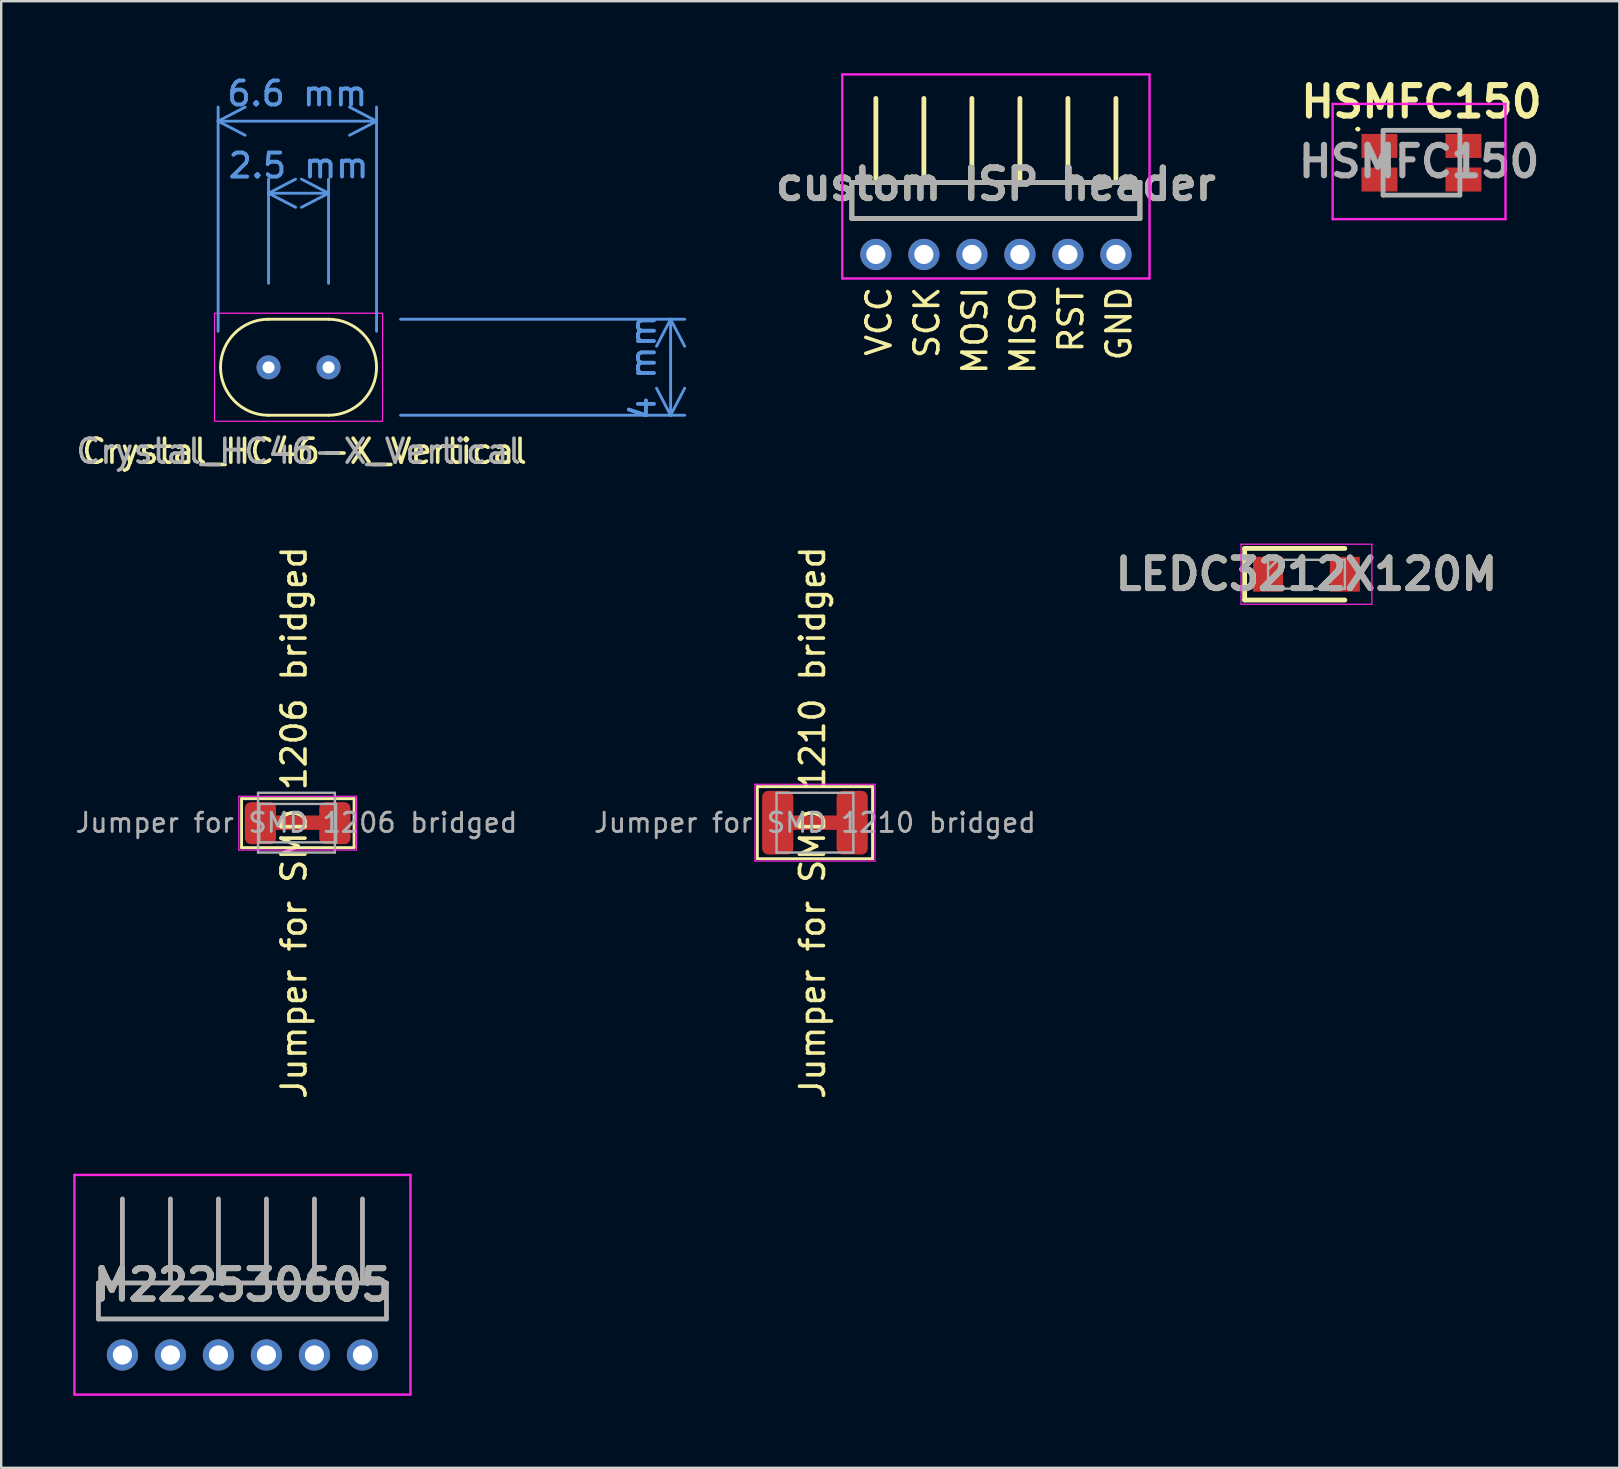
<source format=kicad_pcb>
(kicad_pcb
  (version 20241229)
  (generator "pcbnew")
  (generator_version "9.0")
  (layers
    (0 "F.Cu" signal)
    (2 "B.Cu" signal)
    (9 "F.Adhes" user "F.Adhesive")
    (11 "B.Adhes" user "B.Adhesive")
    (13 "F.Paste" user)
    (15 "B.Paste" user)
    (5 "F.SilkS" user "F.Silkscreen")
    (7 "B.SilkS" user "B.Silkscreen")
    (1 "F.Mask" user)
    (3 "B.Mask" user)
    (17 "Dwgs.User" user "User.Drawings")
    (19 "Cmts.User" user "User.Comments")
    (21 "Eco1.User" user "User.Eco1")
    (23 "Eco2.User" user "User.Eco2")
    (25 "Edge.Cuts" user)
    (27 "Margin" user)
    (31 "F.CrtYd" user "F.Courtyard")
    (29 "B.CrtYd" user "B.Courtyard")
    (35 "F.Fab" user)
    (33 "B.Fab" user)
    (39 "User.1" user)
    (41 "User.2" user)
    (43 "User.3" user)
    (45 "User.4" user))
  (footprint "M222530605"
    (layer "F.Cu")
    (at 2.05 53.397)
    (property "Reference" "M222530605" (at 5 -2.925 0) (layer "F.SilkS") (effects (font (size 1.27 1.27) (thickness 0.254))))
    (attr through_hole)
    (fp_line (start -1 -3) (end 11 -3) (stroke (width 0.1) (type solid)) (layer "F.SilkS"))
    (fp_line (start -1 -1.5) (end -1 -3) (stroke (width 0.1) (type solid)) (layer "F.SilkS"))
    (fp_line (start 11 -3) (end 11 -1.5) (stroke (width 0.1) (type solid)) (layer "F.SilkS"))
    (fp_line (start 11 -1.5) (end -1 -1.5) (stroke (width 0.1) (type solid)) (layer "F.SilkS"))
    (fp_line (start -2 -7.5) (end 12 -7.5) (stroke (width 0.1) (type solid)) (layer "F.CrtYd"))
    (fp_line (start -2 1.65) (end -2 -7.5) (stroke (width 0.1) (type solid)) (layer "F.CrtYd"))
    (fp_line (start 12 -7.5) (end 12 1.65) (stroke (width 0.1) (type solid)) (layer "F.CrtYd"))
    (fp_line (start 12 1.65) (end -2 1.65) (stroke (width 0.1) (type solid)) (layer "F.CrtYd"))
    (fp_line (start -1 -3) (end 11 -3) (stroke (width 0.2) (type solid)) (layer "F.Fab"))
    (fp_line (start -1 -1.5) (end -1 -3) (stroke (width 0.2) (type solid)) (layer "F.Fab"))
    (fp_line (start 0 -3) (end 0 -6.5) (stroke (width 0.2) (type solid)) (layer "F.Fab"))
    (fp_line (start 2 -3) (end 2 -6.5) (stroke (width 0.2) (type solid)) (layer "F.Fab"))
    (fp_line (start 4 -3) (end 4 -6.5) (stroke (width 0.2) (type solid)) (layer "F.Fab"))
    (fp_line (start 6 -3) (end 6 -6.5) (stroke (width 0.2) (type solid)) (layer "F.Fab"))
    (fp_line (start 8 -3) (end 8 -6.5) (stroke (width 0.2) (type solid)) (layer "F.Fab"))
    (fp_line (start 10 -3) (end 10 -6.5) (stroke (width 0.2) (type solid)) (layer "F.Fab"))
    (fp_line (start 11 -3) (end 11 -1.5) (stroke (width 0.2) (type solid)) (layer "F.Fab"))
    (fp_line (start 11 -1.5) (end -1 -1.5) (stroke (width 0.2) (type solid)) (layer "F.Fab"))
    (fp_text user "${REFERENCE}" (at 5 -2.925 0) (layer "F.Fab") (effects (font (size 1.27 1.27) (thickness 0.254))))
    (pad "1" thru_hole circle (at 0 0) (size 1.3 1.3) (drill 0.8) (layers "*.Cu" "*.Mask"))
    (pad "2" thru_hole circle (at 2 0) (size 1.3 1.3) (drill 0.8) (layers "*.Cu" "*.Mask"))
    (pad "3" thru_hole circle (at 4 0) (size 1.3 1.3) (drill 0.8) (layers "*.Cu" "*.Mask"))
    (pad "4" thru_hole circle (at 6 0) (size 1.3 1.3) (drill 0.8) (layers "*.Cu" "*.Mask"))
    (pad "5" thru_hole circle (at 8 0) (size 1.3 1.3) (drill 0.8) (layers "*.Cu" "*.Mask"))
    (pad "6" thru_hole circle (at 10 0) (size 1.3 1.3) (drill 0.8) (layers "*.Cu" "*.Mask")))
  (footprint "LEDC3212X120M"
    (layer "F.Cu")
    (at 51.376 20.872)
    (property "Reference" "LEDC3212X120M" (at 0 0 0) (layer "F.SilkS") (effects (font (size 1.27 1.27) (thickness 0.254))))
    (attr smd)
    (fp_line (start -2.575 -1.075) (end -2.575 1.075) (stroke (width 0.2) (type solid)) (layer "F.SilkS"))
    (fp_line (start -2.575 1.075) (end 1.6 1.075) (stroke (width 0.2) (type solid)) (layer "F.SilkS"))
    (fp_line (start 1.6 -1.075) (end -2.575 -1.075) (stroke (width 0.2) (type solid)) (layer "F.SilkS"))
    (fp_line (start -2.725 -1.25) (end 2.725 -1.25) (stroke (width 0.05) (type solid)) (layer "F.CrtYd"))
    (fp_line (start -2.725 1.25) (end -2.725 -1.25) (stroke (width 0.05) (type solid)) (layer "F.CrtYd"))
    (fp_line (start 2.725 -1.25) (end 2.725 1.25) (stroke (width 0.05) (type solid)) (layer "F.CrtYd"))
    (fp_line (start 2.725 1.25) (end -2.725 1.25) (stroke (width 0.05) (type solid)) (layer "F.CrtYd"))
    (fp_line (start -1.6 -0.6) (end 1.6 -0.6) (stroke (width 0.1) (type solid)) (layer "F.Fab"))
    (fp_line (start -1.6 -0.2) (end -1.2 -0.6) (stroke (width 0.1) (type solid)) (layer "F.Fab"))
    (fp_line (start -1.6 0.6) (end -1.6 -0.6) (stroke (width 0.1) (type solid)) (layer "F.Fab"))
    (fp_line (start 1.6 -0.6) (end 1.6 0.6) (stroke (width 0.1) (type solid)) (layer "F.Fab"))
    (fp_line (start 1.6 0.6) (end -1.6 0.6) (stroke (width 0.1) (type solid)) (layer "F.Fab"))
    (fp_text user "${REFERENCE}" (at 0 0 0) (layer "F.Fab") (effects (font (size 1.27 1.27) (thickness 0.254))))
    (pad "1" smd rect (at -1.6 0) (size 1.25 1.45) (layers "F.Cu" "F.Mask" "F.Paste"))
    (pad "2" smd rect (at 1.6 0) (size 1.25 1.45) (layers "F.Cu" "F.Mask" "F.Paste")))
  (footprint "custom ISP header"
    (layer "F.Cu")
    (at 33.438 7.55)
    (property "Reference" "custom ISP header" (at 5 -2.925 180) (layer "F.SilkS") (effects (font (size 1.27 1.27) (thickness 0.254))))
    (attr through_hole)
    (fp_line (start -1 -3) (end 11 -3) (stroke (width 0.2) (type solid)) (layer "F.SilkS"))
    (fp_line (start -1 -1.5) (end -1 -3) (stroke (width 0.2) (type solid)) (layer "F.SilkS"))
    (fp_line (start 0 -3) (end 0 -6.5) (stroke (width 0.2) (type solid)) (layer "F.SilkS"))
    (fp_line (start 2 -3) (end 2 -6.5) (stroke (width 0.2) (type solid)) (layer "F.SilkS"))
    (fp_line (start 4 -3) (end 4 -6.5) (stroke (width 0.2) (type solid)) (layer "F.SilkS"))
    (fp_line (start 6 -3) (end 6 -6.5) (stroke (width 0.2) (type solid)) (layer "F.SilkS"))
    (fp_line (start 8 -3) (end 8 -6.5) (stroke (width 0.2) (type solid)) (layer "F.SilkS"))
    (fp_line (start 10 -3) (end 10 -6.5) (stroke (width 0.2) (type solid)) (layer "F.SilkS"))
    (fp_line (start 11 -3) (end 11 -1.5) (stroke (width 0.2) (type solid)) (layer "F.SilkS"))
    (fp_line (start 11 -1.5) (end -1 -1.5) (stroke (width 0.2) (type solid)) (layer "F.SilkS"))
    (fp_line (start -1.4 -7.5) (end 11.4 -7.5) (stroke (width 0.1) (type solid)) (layer "F.CrtYd"))
    (fp_line (start -1.4 1) (end -1.4 -7.5) (stroke (width 0.1) (type solid)) (layer "F.CrtYd"))
    (fp_line (start 11.4 -7.5) (end 11.4 1) (stroke (width 0.1) (type solid)) (layer "F.CrtYd"))
    (fp_line (start 11.4 1) (end -1.4 1) (stroke (width 0.1) (type solid)) (layer "F.CrtYd"))
    (fp_line (start -1 -3) (end 11 -3) (stroke (width 0.2) (type solid)) (layer "F.Fab"))
    (fp_line (start -1 -1.5) (end -1 -3) (stroke (width 0.2) (type solid)) (layer "F.Fab"))
    (fp_line (start 11 -3) (end 11 -1.5) (stroke (width 0.2) (type solid)) (layer "F.Fab"))
    (fp_line (start 11 -1.5) (end -1 -1.5) (stroke (width 0.2) (type solid)) (layer "F.Fab"))
    (fp_text user "SCK" (at 2.126 1.26 90) (unlocked yes) (layer "F.SilkS") (effects (font (size 1 1) (thickness 0.15)) (justify right)))
    (fp_text user "VCC" (at 0.126 1.26 90) (unlocked yes) (layer "F.SilkS") (effects (font (size 1 1) (thickness 0.15)) (justify right)))
    (fp_text user "MISO" (at 6.126 1.26 90) (unlocked yes) (layer "F.SilkS") (effects (font (size 1 1) (thickness 0.15)) (justify right)))
    (fp_text user "GND" (at 10.126 1.26 90) (unlocked yes) (layer "F.SilkS") (effects (font (size 1 1) (thickness 0.15)) (justify right)))
    (fp_text user "RST" (at 8.126 1.26 90) (unlocked yes) (layer "F.SilkS") (effects (font (size 1 1) (thickness 0.15)) (justify right)))
    (fp_text user "MOSI" (at 4.126 1.26 90) (unlocked yes) (layer "F.SilkS") (effects (font (size 1 1) (thickness 0.15)) (justify right)))
    (fp_text user "${REFERENCE}" (at 5 -2.925 180) (layer "F.Fab") (effects (font (size 1.27 1.27) (thickness 0.254))))
    (pad "1" thru_hole circle (at 0 0) (size 1.3 1.3) (drill 0.8) (layers "*.Cu" "*.Mask"))
    (pad "2" thru_hole circle (at 2 0) (size 1.3 1.3) (drill 0.8) (layers "*.Cu" "*.Mask"))
    (pad "3" thru_hole circle (at 4 0) (size 1.3 1.3) (drill 0.8) (layers "*.Cu" "*.Mask"))
    (pad "4" thru_hole circle (at 6 0) (size 1.3 1.3) (drill 0.8) (layers "*.Cu" "*.Mask"))
    (pad "5" thru_hole circle (at 8 0) (size 1.3 1.3) (drill 0.8) (layers "*.Cu" "*.Mask"))
    (pad "6" thru_hole circle (at 10 0) (size 1.3 1.3) (drill 0.8) (layers "*.Cu" "*.Mask")))
  (footprint "Jumper for SMD 1206 bridged"
    (layer "F.Cu")
    (at 9.3 31.222)
    (property "Reference" "Jumper for SMD 1206 bridged" (at -0.1 0 90) (layer "F.SilkS") (effects (font (size 1 1) (thickness 0.15))))
    (attr smd)
    (fp_poly (pts (xy -1 -0.3) (xy 1 -0.3) (xy 1 0.3) (xy -1 0.3)) (stroke (width 0) (type solid)) (fill yes) (layer "F.Cu"))
    (fp_line (start -2.286 -1) (end 2.4 -1) (stroke (width 0.12) (type solid)) (layer "F.SilkS"))
    (fp_line (start -2.286 1.041) (end -2.286 -1) (stroke (width 0.12) (type solid)) (layer "F.SilkS"))
    (fp_line (start -2.286 1.041) (end 2.4 1.041) (stroke (width 0.12) (type solid)) (layer "F.SilkS"))
    (fp_line (start 2.4 -1) (end 2.4 1.041) (stroke (width 0.12) (type solid)) (layer "F.SilkS"))
    (fp_line (start -2.4 -1.1) (end 2.5 -1.1) (stroke (width 0.05) (type solid)) (layer "F.CrtYd"))
    (fp_line (start -2.4 1.14) (end -2.4 -1.1) (stroke (width 0.05) (type solid)) (layer "F.CrtYd"))
    (fp_line (start 2.5 -1.1) (end 2.5 1.14) (stroke (width 0.05) (type solid)) (layer "F.CrtYd"))
    (fp_line (start 2.5 1.14) (end -2.4 1.14) (stroke (width 0.05) (type solid)) (layer "F.CrtYd"))
    (fp_line (start -1.6 -1.245) (end 1.6 -1.245) (stroke (width 0.1) (type solid)) (layer "F.Fab"))
    (fp_line (start -1.6 1.245) (end -1.6 -1.245) (stroke (width 0.1) (type solid)) (layer "F.Fab"))
    (fp_line (start -1.55 -0.78) (end 1.65 -0.78) (stroke (width 0.1) (type solid)) (layer "F.Fab"))
    (fp_line (start -1.55 0.82) (end -1.55 -0.78) (stroke (width 0.1) (type solid)) (layer "F.Fab"))
    (fp_line (start 1.6 -1.245) (end 1.6 1.245) (stroke (width 0.1) (type solid)) (layer "F.Fab"))
    (fp_line (start 1.6 1.245) (end -1.6 1.245) (stroke (width 0.1) (type solid)) (layer "F.Fab"))
    (fp_line (start 1.65 -0.78) (end 1.65 0.82) (stroke (width 0.1) (type solid)) (layer "F.Fab"))
    (fp_line (start 1.65 0.82) (end -1.55 0.82) (stroke (width 0.1) (type solid)) (layer "F.Fab"))
    (fp_text user "${REFERENCE}" (at 0 0 0) (layer "F.Fab") (effects (font (size 0.8 0.8) (thickness 0.12))))
    (pad "1" smd roundrect (at -1.5 0.02) (size 1.3 1.75) (layers "F.Cu" "F.Mask" "F.Paste") (roundrect_rratio 0.192))
    (pad "2" smd roundrect (at 1.6 0.02) (size 1.3 1.75) (layers "F.Cu" "F.Mask" "F.Paste") (roundrect_rratio 0.192))
    (zone (net_name "") (layer "F.Cu") (hatch edge 0.5) (connect_pads) (min_thickness 0.25) (filled_areas_thickness no) (keepout (tracks allowed) (vias allowed) (pads allowed) (copperpour not_allowed) (footprints allowed)) (placement (enabled no)) (fill) (polygon (pts (xy 7.1 30.303) (xy 11.627 30.303) (xy 11.627 32.191) (xy 7.1 32.191)))))
  (footprint "Crystal_HC46-X_Vertical"
    (layer "F.Cu")
    (at 9.387 12.249)
    (property "Reference" "Crystal_HC46-X_Vertical" (at 0.25 3.5 0) (layer "F.SilkS") (effects (font (size 1 1) (thickness 0.15))))
    (attr through_hole)
    (fp_line (start -1.25 -2) (end 1.25 -2) (stroke (width 0.12) (type solid)) (layer "F.SilkS"))
    (fp_line (start -1.25 2) (end 1.25 2) (stroke (width 0.12) (type solid)) (layer "F.SilkS"))
    (fp_arc (start -1.25 2) (mid -3.25 0) (end -1.25 -2) (stroke (width 0.12) (type default)) (layer "F.SilkS"))
    (fp_arc (start 1.25 -2) (mid 3.25 0) (end 1.25 2) (stroke (width 0.12) (type default)) (layer "F.SilkS"))
    (fp_rect (start 3.5 2.25) (end -3.5 -2.25) (stroke (width 0.05) (type default)) (fill no) (layer "F.CrtYd"))
    (fp_text user "${REFERENCE}" (at 0 3.5 0) (layer "F.Fab") (effects (font (size 1 1) (thickness 0.15))))
    (dimension (type aligned) (layer "Cmts.User") (pts (xy 13.137 10.249) (xy 13.137 14.249)) (height -11.75) (format (prefix "") (suffix "") (units 3) (units_format 1) (precision 4) (suppress_zeroes yes)) (style (thickness 0.12) (arrow_length 1.27) (text_position_mode 0) (arrow_direction outward) (extension_height 0.586) (extension_offset 0.5) (keep_text_aligned yes)) (gr_text "4 mm" (at 23.737 12.249 90) (layer "Cmts.User") (effects (font (size 1 1) (thickness 0.15)))))
    (dimension (type aligned) (layer "Cmts.User") (pts (xy 8.137 9.254) (xy 10.637 9.254)) (height -4.255) (format (prefix "") (suffix "") (units 3) (units_format 1) (precision 4) (suppress_zeroes yes)) (style (thickness 0.12) (arrow_length 1.27) (text_position_mode 0) (arrow_direction outward) (extension_height 0.586) (extension_offset 0.5) (keep_text_aligned yes)) (gr_text "2.5 mm" (at 9.387 3.849 0) (layer "Cmts.User") (effects (font (size 1 1) (thickness 0.15)))))
    (dimension (type aligned) (layer "Cmts.User") (pts (xy 12.637 11.249) (xy 6.037 11.249)) (height 9.251) (format (prefix "") (suffix "") (units 3) (units_format 1) (precision 4) (suppress_zeroes yes)) (style (thickness 0.12) (arrow_length 1.27) (text_position_mode 0) (arrow_direction outward) (extension_height 0.586) (extension_offset 0.5) (keep_text_aligned yes)) (gr_text "6.6 mm" (at 9.337 0.848 0) (layer "Cmts.User") (effects (font (size 1 1) (thickness 0.15)))))
    (pad "1" thru_hole circle (at -1.25 0.005) (size 1 1) (drill 0.5) (layers "*.Cu" "*.Mask"))
    (pad "2" thru_hole circle (at 1.25 0.005) (size 1 1) (drill 0.5) (layers "*.Cu" "*.Mask")))
  (footprint "HSMFC150"
    (layer "F.Cu")
    (at 56.167 3.729)
    (property "Reference" "HSMFC150" (at 0 -2.54 0) (layer "F.SilkS") (effects (font (size 1.27 1.27) (thickness 0.254))))
    (attr smd)
    (fp_line (start -2.7 -1.4) (end -2.7 -1.4) (stroke (width 0.1) (type solid)) (layer "F.SilkS"))
    (fp_line (start -2.6 -1.4) (end -2.6 -1.4) (stroke (width 0.1) (type solid)) (layer "F.SilkS"))
    (fp_line (start -1.2 1.35) (end 1 1.35) (stroke (width 0.1) (type solid)) (layer "F.SilkS"))
    (fp_line (start -1.096 -1.364) (end 1.204 -1.364) (stroke (width 0.1) (type solid)) (layer "F.SilkS"))
    (fp_arc (start -2.7 -1.4) (mid -2.65 -1.45) (end -2.6 -1.4) (stroke (width 0.1) (type solid)) (layer "F.SilkS"))
    (fp_arc (start -2.6 -1.4) (mid -2.65 -1.35) (end -2.7 -1.4) (stroke (width 0.1) (type solid)) (layer "F.SilkS"))
    (fp_line (start -3.7 -2.45) (end 3.5 -2.45) (stroke (width 0.1) (type solid)) (layer "F.CrtYd"))
    (fp_line (start -3.7 2.35) (end -3.7 -2.45) (stroke (width 0.1) (type solid)) (layer "F.CrtYd"))
    (fp_line (start 3.5 -2.45) (end 3.5 2.35) (stroke (width 0.1) (type solid)) (layer "F.CrtYd"))
    (fp_line (start 3.5 2.35) (end -3.7 2.35) (stroke (width 0.1) (type solid)) (layer "F.CrtYd"))
    (fp_line (start -1.6 -1.35) (end 1.6 -1.35) (stroke (width 0.2) (type solid)) (layer "F.Fab"))
    (fp_line (start -1.6 1.35) (end -1.6 -1.35) (stroke (width 0.2) (type solid)) (layer "F.Fab"))
    (fp_line (start 1.6 -1.35) (end 1.6 1.35) (stroke (width 0.2) (type solid)) (layer "F.Fab"))
    (fp_line (start 1.6 1.35) (end -1.6 1.35) (stroke (width 0.2) (type solid)) (layer "F.Fab"))
    (fp_text user "${REFERENCE}" (at -0.1 -0.05 0) (layer "F.Fab") (effects (font (size 1.27 1.27) (thickness 0.254))))
    (pad "1" smd rect (at -1.75 -0.7 90) (size 1 1.5) (layers "F.Cu" "F.Mask" "F.Paste"))
    (pad "2" smd rect (at 1.75 -0.7 90) (size 1 1.5) (layers "F.Cu" "F.Mask" "F.Paste"))
    (pad "3" smd rect (at -1.75 0.7 90) (size 1 1.5) (layers "F.Cu" "F.Mask" "F.Paste"))
    (pad "4" smd rect (at 1.75 0.7 90) (size 1 1.5) (layers "F.Cu" "F.Mask" "F.Paste")))
  (footprint "Jumper for SMD 1210 bridged"
    (layer "F.Cu")
    (at 30.9 31.222)
    (property "Reference" "Jumper for SMD 1210 bridged" (at -0.1 0 90) (layer "F.SilkS") (effects (font (size 1 1) (thickness 0.15))))
    (attr smd)
    (fp_poly (pts (xy -1 -0.3) (xy 1 -0.3) (xy 1 0.3) (xy -1 0.3)) (stroke (width 0) (type solid)) (fill yes) (layer "F.Cu"))
    (fp_line (start -2.4 -1.5) (end 2.4 -1.5) (stroke (width 0.12) (type solid)) (layer "F.SilkS"))
    (fp_line (start -2.4 1.5) (end -2.4 -1.5) (stroke (width 0.12) (type solid)) (layer "F.SilkS"))
    (fp_line (start -2.4 1.5) (end 2.4 1.5) (stroke (width 0.12) (type solid)) (layer "F.SilkS"))
    (fp_line (start 2.4 -1.5) (end 2.4 1.5) (stroke (width 0.12) (type solid)) (layer "F.SilkS"))
    (fp_line (start -2.5 -1.6) (end 2.5 -1.6) (stroke (width 0.05) (type solid)) (layer "F.CrtYd"))
    (fp_line (start -2.5 1.6) (end -2.5 -1.6) (stroke (width 0.05) (type solid)) (layer "F.CrtYd"))
    (fp_line (start 2.5 -1.6) (end 2.5 1.6) (stroke (width 0.05) (type solid)) (layer "F.CrtYd"))
    (fp_line (start 2.5 1.6) (end -2.5 1.6) (stroke (width 0.05) (type solid)) (layer "F.CrtYd"))
    (fp_line (start -1.6 -1.245) (end 1.6 -1.245) (stroke (width 0.1) (type solid)) (layer "F.Fab"))
    (fp_line (start -1.6 1.245) (end -1.6 -1.245) (stroke (width 0.1) (type solid)) (layer "F.Fab"))
    (fp_line (start 1.6 -1.245) (end 1.6 1.245) (stroke (width 0.1) (type solid)) (layer "F.Fab"))
    (fp_line (start 1.6 1.245) (end -1.6 1.245) (stroke (width 0.1) (type solid)) (layer "F.Fab"))
    (fp_text user "${REFERENCE}" (at 0 0 0) (layer "F.Fab") (effects (font (size 0.8 0.8) (thickness 0.12))))
    (pad "1" smd roundrect (at -1.55 0) (size 1.3 2.65) (layers "F.Cu" "F.Mask") (roundrect_rratio 0.192))
    (pad "2" smd roundrect (at 1.55 0) (size 1.3 2.65) (layers "F.Cu" "F.Mask") (roundrect_rratio 0.192))
    (zone (net_name "") (layer "F.Cu") (hatch edge 0.5) (connect_pads) (min_thickness 0.25) (filled_areas_thickness no) (keepout (tracks allowed) (vias allowed) (pads allowed) (copperpour not_allowed) (footprints allowed)) (placement (enabled no)) (fill) (polygon (pts (xy 28.7 29.897) (xy 33.1 29.897) (xy 33.1 32.547) (xy 28.7 32.547)))))
  (gr_rect
    (start -3 -3)
    (end 64.411 58.097)
    (stroke (width 0.1) (type default))
    (fill no)
    (layer "Edge.Cuts")))
</source>
